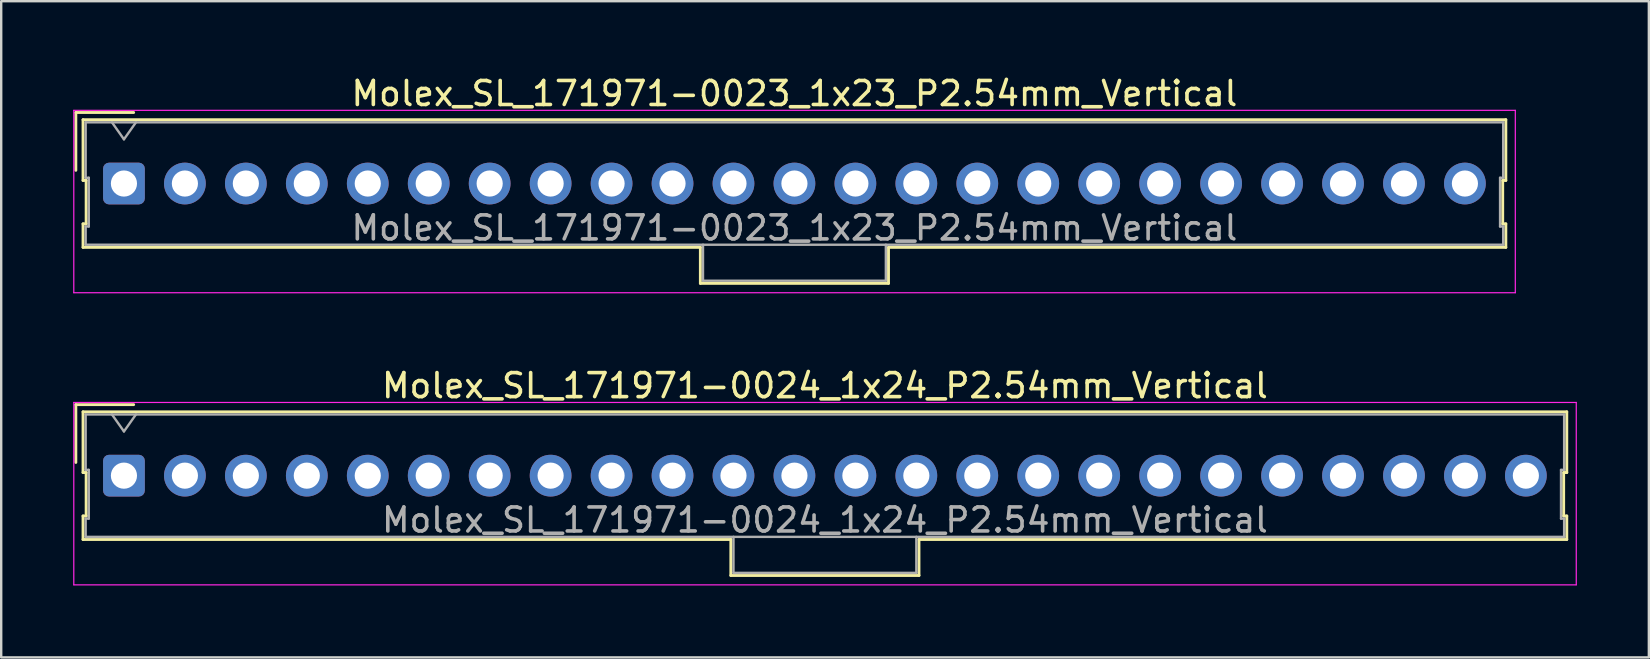
<source format=kicad_pcb>
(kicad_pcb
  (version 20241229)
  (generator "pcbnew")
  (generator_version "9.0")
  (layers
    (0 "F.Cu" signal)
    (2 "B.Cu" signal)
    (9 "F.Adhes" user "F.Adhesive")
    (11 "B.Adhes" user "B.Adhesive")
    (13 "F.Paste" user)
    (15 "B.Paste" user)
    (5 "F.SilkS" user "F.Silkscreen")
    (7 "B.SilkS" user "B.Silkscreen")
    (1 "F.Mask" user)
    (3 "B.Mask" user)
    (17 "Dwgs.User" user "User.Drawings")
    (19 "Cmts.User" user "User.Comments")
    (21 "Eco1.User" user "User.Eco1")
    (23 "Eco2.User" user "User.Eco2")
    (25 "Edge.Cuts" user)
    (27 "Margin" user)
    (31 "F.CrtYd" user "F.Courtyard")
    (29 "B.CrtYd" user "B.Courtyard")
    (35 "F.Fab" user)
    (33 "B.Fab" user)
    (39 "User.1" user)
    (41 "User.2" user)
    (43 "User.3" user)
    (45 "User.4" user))
  (footprint "Molex_SL_171971-0024_1x24_P2.54mm_Vertical"
    (layer "F.Cu")
    (at 2.115 16.771)
    (property "Reference" "Molex_SL_171971-0024_1x24_P2.54mm_Vertical" (at 29.21 -3.75 0) (layer "F.SilkS") (effects (font (size 1 1) (thickness 0.15))))
    (attr through_hole)
    (fp_line (start -2.005 -2.96) (end 0.405 -2.96) (stroke (width 0.12) (type solid)) (layer "F.SilkS"))
    (fp_line (start -2.005 -0.55) (end -2.005 -2.96) (stroke (width 0.12) (type solid)) (layer "F.SilkS"))
    (fp_line (start -1.705 -2.66) (end -1.705 -0.13) (stroke (width 0.12) (type solid)) (layer "F.SilkS"))
    (fp_line (start -1.705 -0.13) (end -1.575 -0.13) (stroke (width 0.12) (type solid)) (layer "F.SilkS"))
    (fp_line (start -1.705 1.68) (end -1.705 2.66) (stroke (width 0.12) (type solid)) (layer "F.SilkS"))
    (fp_line (start -1.705 2.66) (end 25.29 2.66) (stroke (width 0.12) (type solid)) (layer "F.SilkS"))
    (fp_line (start -1.575 -0.13) (end -1.575 1.68) (stroke (width 0.12) (type solid)) (layer "F.SilkS"))
    (fp_line (start -1.575 1.68) (end -1.705 1.68) (stroke (width 0.12) (type solid)) (layer "F.SilkS"))
    (fp_line (start 25.29 2.66) (end 25.29 4.16) (stroke (width 0.12) (type solid)) (layer "F.SilkS"))
    (fp_line (start 25.29 4.16) (end 33.13 4.16) (stroke (width 0.12) (type solid)) (layer "F.SilkS"))
    (fp_line (start 33.13 2.66) (end 60.125 2.66) (stroke (width 0.12) (type solid)) (layer "F.SilkS"))
    (fp_line (start 33.13 4.16) (end 33.13 2.66) (stroke (width 0.12) (type solid)) (layer "F.SilkS"))
    (fp_line (start 59.995 -0.13) (end 60.125 -0.13) (stroke (width 0.12) (type solid)) (layer "F.SilkS"))
    (fp_line (start 59.995 1.68) (end 59.995 -0.13) (stroke (width 0.12) (type solid)) (layer "F.SilkS"))
    (fp_line (start 60.125 -2.66) (end -1.705 -2.66) (stroke (width 0.12) (type solid)) (layer "F.SilkS"))
    (fp_line (start 60.125 -0.13) (end 60.125 -2.66) (stroke (width 0.12) (type solid)) (layer "F.SilkS"))
    (fp_line (start 60.125 1.68) (end 59.995 1.68) (stroke (width 0.12) (type solid)) (layer "F.SilkS"))
    (fp_line (start 60.125 2.66) (end 60.125 1.68) (stroke (width 0.12) (type solid)) (layer "F.SilkS"))
    (fp_line (start -2.09 -3.05) (end -2.09 4.55) (stroke (width 0.05) (type solid)) (layer "F.CrtYd"))
    (fp_line (start -2.09 4.55) (end 60.52 4.55) (stroke (width 0.05) (type solid)) (layer "F.CrtYd"))
    (fp_line (start 60.52 -3.05) (end -2.09 -3.05) (stroke (width 0.05) (type solid)) (layer "F.CrtYd"))
    (fp_line (start 60.52 4.55) (end 60.52 -3.05) (stroke (width 0.05) (type solid)) (layer "F.CrtYd"))
    (fp_line (start -1.595 -2.55) (end -1.595 -0.24) (stroke (width 0.1) (type solid)) (layer "F.Fab"))
    (fp_line (start -1.595 -0.24) (end -1.465 -0.24) (stroke (width 0.1) (type solid)) (layer "F.Fab"))
    (fp_line (start -1.595 1.79) (end -1.595 2.55) (stroke (width 0.1) (type solid)) (layer "F.Fab"))
    (fp_line (start -1.595 2.55) (end 60.015 2.55) (stroke (width 0.1) (type solid)) (layer "F.Fab"))
    (fp_line (start -1.465 -0.24) (end -1.465 1.79) (stroke (width 0.1) (type solid)) (layer "F.Fab"))
    (fp_line (start -1.465 1.79) (end -1.595 1.79) (stroke (width 0.1) (type solid)) (layer "F.Fab"))
    (fp_line (start 0 -1.843) (end -0.5 -2.55) (stroke (width 0.1) (type solid)) (layer "F.Fab"))
    (fp_line (start 0.5 -2.55) (end 0 -1.843) (stroke (width 0.1) (type solid)) (layer "F.Fab"))
    (fp_line (start 25.4 2.55) (end 25.4 4.05) (stroke (width 0.1) (type solid)) (layer "F.Fab"))
    (fp_line (start 25.4 4.05) (end 33.02 4.05) (stroke (width 0.1) (type solid)) (layer "F.Fab"))
    (fp_line (start 33.02 4.05) (end 33.02 2.55) (stroke (width 0.1) (type solid)) (layer "F.Fab"))
    (fp_line (start 59.885 -0.24) (end 60.015 -0.24) (stroke (width 0.1) (type solid)) (layer "F.Fab"))
    (fp_line (start 59.885 1.79) (end 59.885 -0.24) (stroke (width 0.1) (type solid)) (layer "F.Fab"))
    (fp_line (start 60.015 -2.55) (end -1.595 -2.55) (stroke (width 0.1) (type solid)) (layer "F.Fab"))
    (fp_line (start 60.015 -0.24) (end 60.015 -2.55) (stroke (width 0.1) (type solid)) (layer "F.Fab"))
    (fp_line (start 60.015 1.79) (end 59.885 1.79) (stroke (width 0.1) (type solid)) (layer "F.Fab"))
    (fp_line (start 60.015 2.55) (end 60.015 1.79) (stroke (width 0.1) (type solid)) (layer "F.Fab"))
    (fp_text user "${REFERENCE}" (at 29.21 1.85 0) (layer "F.Fab") (effects (font (size 1 1) (thickness 0.15))))
    (pad "1" thru_hole roundrect (at 0 0) (size 1.74 1.74) (drill 1.09) (layers "*.Cu" "*.Mask") (roundrect_rratio 0.144))
    (pad "2" thru_hole circle (at 2.54 0) (size 1.74 1.74) (drill 1.09) (layers "*.Cu" "*.Mask"))
    (pad "3" thru_hole circle (at 5.08 0) (size 1.74 1.74) (drill 1.09) (layers "*.Cu" "*.Mask"))
    (pad "4" thru_hole circle (at 7.62 0) (size 1.74 1.74) (drill 1.09) (layers "*.Cu" "*.Mask"))
    (pad "5" thru_hole circle (at 10.16 0) (size 1.74 1.74) (drill 1.09) (layers "*.Cu" "*.Mask"))
    (pad "6" thru_hole circle (at 12.7 0) (size 1.74 1.74) (drill 1.09) (layers "*.Cu" "*.Mask"))
    (pad "7" thru_hole circle (at 15.24 0) (size 1.74 1.74) (drill 1.09) (layers "*.Cu" "*.Mask"))
    (pad "8" thru_hole circle (at 17.78 0) (size 1.74 1.74) (drill 1.09) (layers "*.Cu" "*.Mask"))
    (pad "9" thru_hole circle (at 20.32 0) (size 1.74 1.74) (drill 1.09) (layers "*.Cu" "*.Mask"))
    (pad "10" thru_hole circle (at 22.86 0) (size 1.74 1.74) (drill 1.09) (layers "*.Cu" "*.Mask"))
    (pad "11" thru_hole circle (at 25.4 0) (size 1.74 1.74) (drill 1.09) (layers "*.Cu" "*.Mask"))
    (pad "12" thru_hole circle (at 27.94 0) (size 1.74 1.74) (drill 1.09) (layers "*.Cu" "*.Mask"))
    (pad "13" thru_hole circle (at 30.48 0) (size 1.74 1.74) (drill 1.09) (layers "*.Cu" "*.Mask"))
    (pad "14" thru_hole circle (at 33.02 0) (size 1.74 1.74) (drill 1.09) (layers "*.Cu" "*.Mask"))
    (pad "15" thru_hole circle (at 35.56 0) (size 1.74 1.74) (drill 1.09) (layers "*.Cu" "*.Mask"))
    (pad "16" thru_hole circle (at 38.1 0) (size 1.74 1.74) (drill 1.09) (layers "*.Cu" "*.Mask"))
    (pad "17" thru_hole circle (at 40.64 0) (size 1.74 1.74) (drill 1.09) (layers "*.Cu" "*.Mask"))
    (pad "18" thru_hole circle (at 43.18 0) (size 1.74 1.74) (drill 1.09) (layers "*.Cu" "*.Mask"))
    (pad "19" thru_hole circle (at 45.72 0) (size 1.74 1.74) (drill 1.09) (layers "*.Cu" "*.Mask"))
    (pad "20" thru_hole circle (at 48.26 0) (size 1.74 1.74) (drill 1.09) (layers "*.Cu" "*.Mask"))
    (pad "21" thru_hole circle (at 50.8 0) (size 1.74 1.74) (drill 1.09) (layers "*.Cu" "*.Mask"))
    (pad "22" thru_hole circle (at 53.34 0) (size 1.74 1.74) (drill 1.09) (layers "*.Cu" "*.Mask"))
    (pad "23" thru_hole circle (at 55.88 0) (size 1.74 1.74) (drill 1.09) (layers "*.Cu" "*.Mask"))
    (pad "24" thru_hole circle (at 58.42 0) (size 1.74 1.74) (drill 1.09) (layers "*.Cu" "*.Mask")))
  (footprint "Molex_SL_171971-0023_1x23_P2.54mm_Vertical"
    (layer "F.Cu")
    (at 2.115 4.598)
    (property "Reference" "Molex_SL_171971-0023_1x23_P2.54mm_Vertical" (at 27.94 -3.75 0) (layer "F.SilkS") (effects (font (size 1 1) (thickness 0.15))))
    (attr through_hole)
    (fp_line (start -2.005 -2.96) (end 0.405 -2.96) (stroke (width 0.12) (type solid)) (layer "F.SilkS"))
    (fp_line (start -2.005 -0.55) (end -2.005 -2.96) (stroke (width 0.12) (type solid)) (layer "F.SilkS"))
    (fp_line (start -1.705 -2.66) (end -1.705 -0.13) (stroke (width 0.12) (type solid)) (layer "F.SilkS"))
    (fp_line (start -1.705 -0.13) (end -1.575 -0.13) (stroke (width 0.12) (type solid)) (layer "F.SilkS"))
    (fp_line (start -1.705 1.68) (end -1.705 2.66) (stroke (width 0.12) (type solid)) (layer "F.SilkS"))
    (fp_line (start -1.705 2.66) (end 24.02 2.66) (stroke (width 0.12) (type solid)) (layer "F.SilkS"))
    (fp_line (start -1.575 -0.13) (end -1.575 1.68) (stroke (width 0.12) (type solid)) (layer "F.SilkS"))
    (fp_line (start -1.575 1.68) (end -1.705 1.68) (stroke (width 0.12) (type solid)) (layer "F.SilkS"))
    (fp_line (start 24.02 2.66) (end 24.02 4.16) (stroke (width 0.12) (type solid)) (layer "F.SilkS"))
    (fp_line (start 24.02 4.16) (end 31.86 4.16) (stroke (width 0.12) (type solid)) (layer "F.SilkS"))
    (fp_line (start 31.86 2.66) (end 57.585 2.66) (stroke (width 0.12) (type solid)) (layer "F.SilkS"))
    (fp_line (start 31.86 4.16) (end 31.86 2.66) (stroke (width 0.12) (type solid)) (layer "F.SilkS"))
    (fp_line (start 57.455 -0.13) (end 57.585 -0.13) (stroke (width 0.12) (type solid)) (layer "F.SilkS"))
    (fp_line (start 57.455 1.68) (end 57.455 -0.13) (stroke (width 0.12) (type solid)) (layer "F.SilkS"))
    (fp_line (start 57.585 -2.66) (end -1.705 -2.66) (stroke (width 0.12) (type solid)) (layer "F.SilkS"))
    (fp_line (start 57.585 -0.13) (end 57.585 -2.66) (stroke (width 0.12) (type solid)) (layer "F.SilkS"))
    (fp_line (start 57.585 1.68) (end 57.455 1.68) (stroke (width 0.12) (type solid)) (layer "F.SilkS"))
    (fp_line (start 57.585 2.66) (end 57.585 1.68) (stroke (width 0.12) (type solid)) (layer "F.SilkS"))
    (fp_line (start -2.09 -3.05) (end -2.09 4.55) (stroke (width 0.05) (type solid)) (layer "F.CrtYd"))
    (fp_line (start -2.09 4.55) (end 57.98 4.55) (stroke (width 0.05) (type solid)) (layer "F.CrtYd"))
    (fp_line (start 57.98 -3.05) (end -2.09 -3.05) (stroke (width 0.05) (type solid)) (layer "F.CrtYd"))
    (fp_line (start 57.98 4.55) (end 57.98 -3.05) (stroke (width 0.05) (type solid)) (layer "F.CrtYd"))
    (fp_line (start -1.595 -2.55) (end -1.595 -0.24) (stroke (width 0.1) (type solid)) (layer "F.Fab"))
    (fp_line (start -1.595 -0.24) (end -1.465 -0.24) (stroke (width 0.1) (type solid)) (layer "F.Fab"))
    (fp_line (start -1.595 1.79) (end -1.595 2.55) (stroke (width 0.1) (type solid)) (layer "F.Fab"))
    (fp_line (start -1.595 2.55) (end 57.475 2.55) (stroke (width 0.1) (type solid)) (layer "F.Fab"))
    (fp_line (start -1.465 -0.24) (end -1.465 1.79) (stroke (width 0.1) (type solid)) (layer "F.Fab"))
    (fp_line (start -1.465 1.79) (end -1.595 1.79) (stroke (width 0.1) (type solid)) (layer "F.Fab"))
    (fp_line (start 0 -1.843) (end -0.5 -2.55) (stroke (width 0.1) (type solid)) (layer "F.Fab"))
    (fp_line (start 0.5 -2.55) (end 0 -1.843) (stroke (width 0.1) (type solid)) (layer "F.Fab"))
    (fp_line (start 24.13 2.55) (end 24.13 4.05) (stroke (width 0.1) (type solid)) (layer "F.Fab"))
    (fp_line (start 24.13 4.05) (end 31.75 4.05) (stroke (width 0.1) (type solid)) (layer "F.Fab"))
    (fp_line (start 31.75 4.05) (end 31.75 2.55) (stroke (width 0.1) (type solid)) (layer "F.Fab"))
    (fp_line (start 57.345 -0.24) (end 57.475 -0.24) (stroke (width 0.1) (type solid)) (layer "F.Fab"))
    (fp_line (start 57.345 1.79) (end 57.345 -0.24) (stroke (width 0.1) (type solid)) (layer "F.Fab"))
    (fp_line (start 57.475 -2.55) (end -1.595 -2.55) (stroke (width 0.1) (type solid)) (layer "F.Fab"))
    (fp_line (start 57.475 -0.24) (end 57.475 -2.55) (stroke (width 0.1) (type solid)) (layer "F.Fab"))
    (fp_line (start 57.475 1.79) (end 57.345 1.79) (stroke (width 0.1) (type solid)) (layer "F.Fab"))
    (fp_line (start 57.475 2.55) (end 57.475 1.79) (stroke (width 0.1) (type solid)) (layer "F.Fab"))
    (fp_text user "${REFERENCE}" (at 27.94 1.85 0) (layer "F.Fab") (effects (font (size 1 1) (thickness 0.15))))
    (pad "1" thru_hole roundrect (at 0 0) (size 1.74 1.74) (drill 1.09) (layers "*.Cu" "*.Mask") (roundrect_rratio 0.144))
    (pad "2" thru_hole circle (at 2.54 0) (size 1.74 1.74) (drill 1.09) (layers "*.Cu" "*.Mask"))
    (pad "3" thru_hole circle (at 5.08 0) (size 1.74 1.74) (drill 1.09) (layers "*.Cu" "*.Mask"))
    (pad "4" thru_hole circle (at 7.62 0) (size 1.74 1.74) (drill 1.09) (layers "*.Cu" "*.Mask"))
    (pad "5" thru_hole circle (at 10.16 0) (size 1.74 1.74) (drill 1.09) (layers "*.Cu" "*.Mask"))
    (pad "6" thru_hole circle (at 12.7 0) (size 1.74 1.74) (drill 1.09) (layers "*.Cu" "*.Mask"))
    (pad "7" thru_hole circle (at 15.24 0) (size 1.74 1.74) (drill 1.09) (layers "*.Cu" "*.Mask"))
    (pad "8" thru_hole circle (at 17.78 0) (size 1.74 1.74) (drill 1.09) (layers "*.Cu" "*.Mask"))
    (pad "9" thru_hole circle (at 20.32 0) (size 1.74 1.74) (drill 1.09) (layers "*.Cu" "*.Mask"))
    (pad "10" thru_hole circle (at 22.86 0) (size 1.74 1.74) (drill 1.09) (layers "*.Cu" "*.Mask"))
    (pad "11" thru_hole circle (at 25.4 0) (size 1.74 1.74) (drill 1.09) (layers "*.Cu" "*.Mask"))
    (pad "12" thru_hole circle (at 27.94 0) (size 1.74 1.74) (drill 1.09) (layers "*.Cu" "*.Mask"))
    (pad "13" thru_hole circle (at 30.48 0) (size 1.74 1.74) (drill 1.09) (layers "*.Cu" "*.Mask"))
    (pad "14" thru_hole circle (at 33.02 0) (size 1.74 1.74) (drill 1.09) (layers "*.Cu" "*.Mask"))
    (pad "15" thru_hole circle (at 35.56 0) (size 1.74 1.74) (drill 1.09) (layers "*.Cu" "*.Mask"))
    (pad "16" thru_hole circle (at 38.1 0) (size 1.74 1.74) (drill 1.09) (layers "*.Cu" "*.Mask"))
    (pad "17" thru_hole circle (at 40.64 0) (size 1.74 1.74) (drill 1.09) (layers "*.Cu" "*.Mask"))
    (pad "18" thru_hole circle (at 43.18 0) (size 1.74 1.74) (drill 1.09) (layers "*.Cu" "*.Mask"))
    (pad "19" thru_hole circle (at 45.72 0) (size 1.74 1.74) (drill 1.09) (layers "*.Cu" "*.Mask"))
    (pad "20" thru_hole circle (at 48.26 0) (size 1.74 1.74) (drill 1.09) (layers "*.Cu" "*.Mask"))
    (pad "21" thru_hole circle (at 50.8 0) (size 1.74 1.74) (drill 1.09) (layers "*.Cu" "*.Mask"))
    (pad "22" thru_hole circle (at 53.34 0) (size 1.74 1.74) (drill 1.09) (layers "*.Cu" "*.Mask"))
    (pad "23" thru_hole circle (at 55.88 0) (size 1.74 1.74) (drill 1.09) (layers "*.Cu" "*.Mask")))
  (gr_rect
    (start -3 -3)
    (end 65.66 24.346)
    (stroke (width 0.1) (type default))
    (fill no)
    (layer "Edge.Cuts")))
</source>
